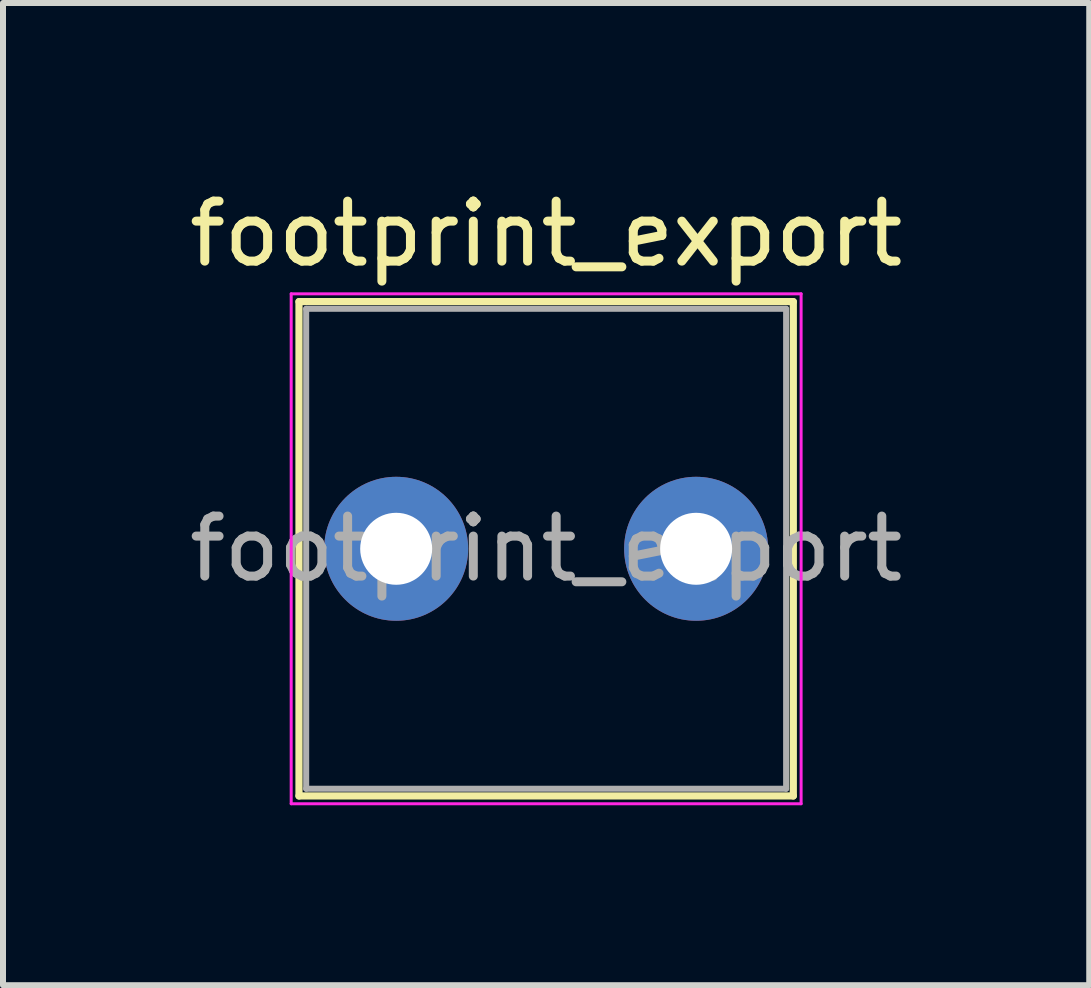
<source format=kicad_pcb>
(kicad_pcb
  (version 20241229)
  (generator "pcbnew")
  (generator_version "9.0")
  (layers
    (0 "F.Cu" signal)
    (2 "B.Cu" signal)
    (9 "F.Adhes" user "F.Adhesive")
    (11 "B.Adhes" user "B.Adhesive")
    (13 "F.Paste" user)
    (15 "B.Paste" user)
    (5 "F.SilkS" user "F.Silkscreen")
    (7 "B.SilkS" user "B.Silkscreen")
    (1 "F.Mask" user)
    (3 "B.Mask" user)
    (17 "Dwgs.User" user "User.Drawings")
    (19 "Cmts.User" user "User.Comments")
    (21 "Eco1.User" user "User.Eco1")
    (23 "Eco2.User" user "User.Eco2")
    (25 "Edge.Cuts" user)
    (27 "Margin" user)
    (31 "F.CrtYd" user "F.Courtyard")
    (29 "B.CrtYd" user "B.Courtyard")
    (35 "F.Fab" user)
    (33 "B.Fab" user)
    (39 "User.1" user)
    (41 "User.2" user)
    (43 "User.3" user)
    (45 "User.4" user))
  (footprint "footprint_export"
    (layer "F.Cu")
    (at 3.554 6.098)
    (property "Reference" "footprint_export" (at 2.5 -5.25 0) (layer "F.SilkS") (effects (font (size 1 1) (thickness 0.15))))
    (attr through_hole)
    (fp_line (start -1.62 -4.12) (end -1.62 4.12) (stroke (width 0.12) (type solid)) (layer "F.SilkS"))
    (fp_line (start -1.62 -4.12) (end 6.62 -4.12) (stroke (width 0.12) (type solid)) (layer "F.SilkS"))
    (fp_line (start -1.62 4.12) (end 6.62 4.12) (stroke (width 0.12) (type solid)) (layer "F.SilkS"))
    (fp_line (start 6.62 -4.12) (end 6.62 4.12) (stroke (width 0.12) (type solid)) (layer "F.SilkS"))
    (fp_line (start -1.75 -4.25) (end -1.75 4.25) (stroke (width 0.05) (type solid)) (layer "F.CrtYd"))
    (fp_line (start -1.75 4.25) (end 6.75 4.25) (stroke (width 0.05) (type solid)) (layer "F.CrtYd"))
    (fp_line (start 6.75 -4.25) (end -1.75 -4.25) (stroke (width 0.05) (type solid)) (layer "F.CrtYd"))
    (fp_line (start 6.75 4.25) (end 6.75 -4.25) (stroke (width 0.05) (type solid)) (layer "F.CrtYd"))
    (fp_line (start -1.5 -4) (end -1.5 4) (stroke (width 0.1) (type solid)) (layer "F.Fab"))
    (fp_line (start -1.5 4) (end 6.5 4) (stroke (width 0.1) (type solid)) (layer "F.Fab"))
    (fp_line (start 6.5 -4) (end -1.5 -4) (stroke (width 0.1) (type solid)) (layer "F.Fab"))
    (fp_line (start 6.5 4) (end 6.5 -4) (stroke (width 0.1) (type solid)) (layer "F.Fab"))
    (fp_text user "${REFERENCE}" (at 2.5 0 0) (layer "F.Fab") (effects (font (size 1 1) (thickness 0.15))))
    (pad "1" thru_hole circle (at 0 0) (size 2.4 2.4) (drill 1.2) (layers "*.Cu" "*.Mask"))
    (pad "2" thru_hole circle (at 5 0) (size 2.4 2.4) (drill 1.2) (layers "*.Cu" "*.Mask")))
  (gr_rect
    (start -3 -3)
    (end 15.107 13.373)
    (stroke (width 0.1) (type default))
    (fill no)
    (layer "Edge.Cuts")))
</source>
